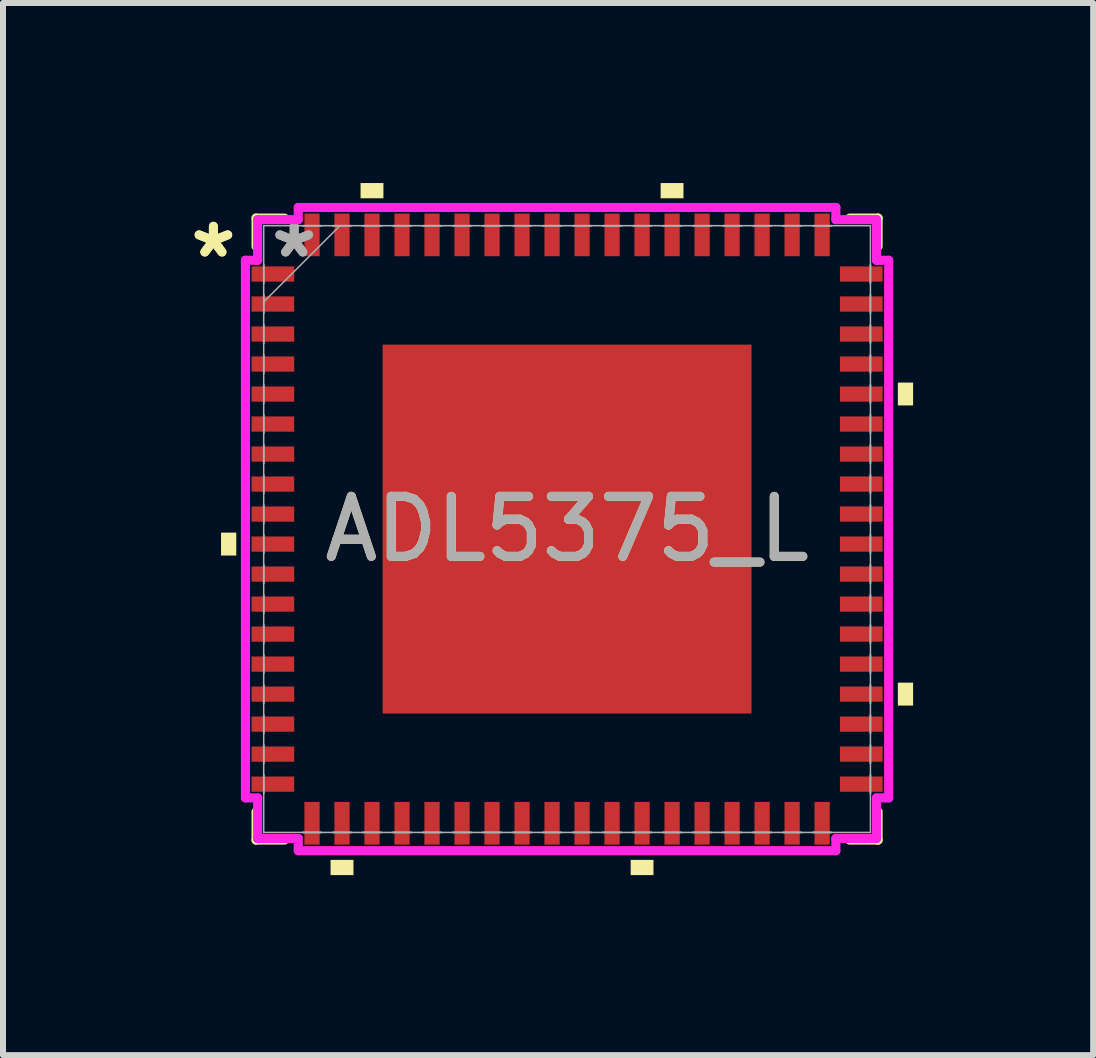
<source format=kicad_pcb>
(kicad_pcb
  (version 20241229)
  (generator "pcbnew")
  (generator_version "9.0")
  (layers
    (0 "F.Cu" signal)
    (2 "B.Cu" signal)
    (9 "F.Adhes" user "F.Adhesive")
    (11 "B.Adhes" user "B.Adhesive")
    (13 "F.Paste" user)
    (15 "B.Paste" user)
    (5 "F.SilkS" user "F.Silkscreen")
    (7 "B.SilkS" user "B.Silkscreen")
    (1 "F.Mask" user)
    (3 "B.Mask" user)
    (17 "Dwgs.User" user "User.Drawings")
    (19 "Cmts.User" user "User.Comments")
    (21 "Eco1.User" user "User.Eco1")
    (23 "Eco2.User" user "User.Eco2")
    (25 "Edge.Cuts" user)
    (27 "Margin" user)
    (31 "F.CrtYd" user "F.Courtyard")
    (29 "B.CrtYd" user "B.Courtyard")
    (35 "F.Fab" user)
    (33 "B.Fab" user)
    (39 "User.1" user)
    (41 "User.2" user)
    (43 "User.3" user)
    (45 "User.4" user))
  (footprint "ADL5375_L"
    (layer "F.Cu")
    (at 6.399 5.766)
    (property "Reference" "ADL5375_L" (at 0 0 0) (unlocked yes) (layer "F.SilkS") (effects (font (size 1 1) (thickness 0.15))))
    (attr smd)
    (fp_line (start -5.182 -5.182) (end -5.182 -4.71) (stroke (width 0.152) (type solid)) (layer "F.SilkS"))
    (fp_line (start -5.182 4.71) (end -5.182 5.182) (stroke (width 0.152) (type solid)) (layer "F.SilkS"))
    (fp_line (start -5.182 5.182) (end -4.71 5.182) (stroke (width 0.152) (type solid)) (layer "F.SilkS"))
    (fp_line (start -4.71 -5.182) (end -5.182 -5.182) (stroke (width 0.152) (type solid)) (layer "F.SilkS"))
    (fp_line (start 4.71 5.182) (end 5.182 5.182) (stroke (width 0.152) (type solid)) (layer "F.SilkS"))
    (fp_line (start 5.182 -5.182) (end 4.71 -5.182) (stroke (width 0.152) (type solid)) (layer "F.SilkS"))
    (fp_line (start 5.182 -4.71) (end 5.182 -5.182) (stroke (width 0.152) (type solid)) (layer "F.SilkS"))
    (fp_line (start 5.182 5.182) (end 5.182 4.71) (stroke (width 0.152) (type solid)) (layer "F.SilkS"))
    (fp_poly (pts (xy -5.766 0.059) (xy -5.766 0.441) (xy -5.512 0.441) (xy -5.512 0.059)) (stroke (width 0) (type solid)) (fill yes) (layer "F.SilkS"))
    (fp_poly (pts (xy -3.941 5.512) (xy -3.941 5.766) (xy -3.559 5.766) (xy -3.559 5.512)) (stroke (width 0) (type solid)) (fill yes) (layer "F.SilkS"))
    (fp_poly (pts (xy -3.441 -5.512) (xy -3.441 -5.766) (xy -3.06 -5.766) (xy -3.06 -5.512)) (stroke (width 0) (type solid)) (fill yes) (layer "F.SilkS"))
    (fp_poly (pts (xy 1.06 5.512) (xy 1.06 5.766) (xy 1.44 5.766) (xy 1.44 5.512)) (stroke (width 0) (type solid)) (fill yes) (layer "F.SilkS"))
    (fp_poly (pts (xy 1.559 -5.512) (xy 1.559 -5.766) (xy 1.94 -5.766) (xy 1.94 -5.512)) (stroke (width 0) (type solid)) (fill yes) (layer "F.SilkS"))
    (fp_poly (pts (xy 5.766 -2.441) (xy 5.766 -2.06) (xy 5.512 -2.06) (xy 5.512 -2.441)) (stroke (width 0) (type solid)) (fill yes) (layer "F.SilkS"))
    (fp_poly (pts (xy 5.766 2.559) (xy 5.766 2.941) (xy 5.512 2.941) (xy 5.512 2.559)) (stroke (width 0) (type solid)) (fill yes) (layer "F.SilkS"))
    (fp_poly (pts (xy -2.973 -2.973) (xy -2.973 -1.637) (xy -1.637 -1.637) (xy -1.637 -2.973)) (stroke (width 0) (type solid)) (fill yes) (layer "F.Paste"))
    (fp_poly (pts (xy -2.973 -1.437) (xy -2.973 -0.1) (xy -1.637 -0.1) (xy -1.637 -1.437)) (stroke (width 0) (type solid)) (fill yes) (layer "F.Paste"))
    (fp_poly (pts (xy -2.973 0.1) (xy -2.973 1.437) (xy -1.637 1.437) (xy -1.637 0.1)) (stroke (width 0) (type solid)) (fill yes) (layer "F.Paste"))
    (fp_poly (pts (xy -2.973 1.637) (xy -2.973 2.973) (xy -1.637 2.973) (xy -1.637 1.637)) (stroke (width 0) (type solid)) (fill yes) (layer "F.Paste"))
    (fp_poly (pts (xy -1.437 -2.973) (xy -1.437 -1.637) (xy -0.1 -1.637) (xy -0.1 -2.973)) (stroke (width 0) (type solid)) (fill yes) (layer "F.Paste"))
    (fp_poly (pts (xy -1.437 -1.437) (xy -1.437 -0.1) (xy -0.1 -0.1) (xy -0.1 -1.437)) (stroke (width 0) (type solid)) (fill yes) (layer "F.Paste"))
    (fp_poly (pts (xy -1.437 0.1) (xy -1.437 1.437) (xy -0.1 1.437) (xy -0.1 0.1)) (stroke (width 0) (type solid)) (fill yes) (layer "F.Paste"))
    (fp_poly (pts (xy -1.437 1.637) (xy -1.437 2.973) (xy -0.1 2.973) (xy -0.1 1.637)) (stroke (width 0) (type solid)) (fill yes) (layer "F.Paste"))
    (fp_poly (pts (xy 0.1 -2.973) (xy 0.1 -1.637) (xy 1.437 -1.637) (xy 1.437 -2.973)) (stroke (width 0) (type solid)) (fill yes) (layer "F.Paste"))
    (fp_poly (pts (xy 0.1 -1.437) (xy 0.1 -0.1) (xy 1.437 -0.1) (xy 1.437 -1.437)) (stroke (width 0) (type solid)) (fill yes) (layer "F.Paste"))
    (fp_poly (pts (xy 0.1 0.1) (xy 0.1 1.437) (xy 1.437 1.437) (xy 1.437 0.1)) (stroke (width 0) (type solid)) (fill yes) (layer "F.Paste"))
    (fp_poly (pts (xy 0.1 1.637) (xy 0.1 2.973) (xy 1.437 2.973) (xy 1.437 1.637)) (stroke (width 0) (type solid)) (fill yes) (layer "F.Paste"))
    (fp_poly (pts (xy 1.637 -2.973) (xy 1.637 -1.637) (xy 2.973 -1.637) (xy 2.973 -2.973)) (stroke (width 0) (type solid)) (fill yes) (layer "F.Paste"))
    (fp_poly (pts (xy 1.637 -1.437) (xy 1.637 -0.1) (xy 2.973 -0.1) (xy 2.973 -1.437)) (stroke (width 0) (type solid)) (fill yes) (layer "F.Paste"))
    (fp_poly (pts (xy 1.637 0.1) (xy 1.637 1.437) (xy 2.973 1.437) (xy 2.973 0.1)) (stroke (width 0) (type solid)) (fill yes) (layer "F.Paste"))
    (fp_poly (pts (xy 1.637 1.637) (xy 1.637 2.973) (xy 2.973 2.973) (xy 2.973 1.637)) (stroke (width 0) (type solid)) (fill yes) (layer "F.Paste"))
    (fp_line (start -5.359 -4.479) (end -5.156 -4.479) (stroke (width 0.152) (type solid)) (layer "F.CrtYd"))
    (fp_line (start -5.359 4.479) (end -5.359 -4.479) (stroke (width 0.152) (type solid)) (layer "F.CrtYd"))
    (fp_line (start -5.156 -5.156) (end -4.479 -5.156) (stroke (width 0.152) (type solid)) (layer "F.CrtYd"))
    (fp_line (start -5.156 -4.479) (end -5.156 -5.156) (stroke (width 0.152) (type solid)) (layer "F.CrtYd"))
    (fp_line (start -5.156 4.479) (end -5.359 4.479) (stroke (width 0.152) (type solid)) (layer "F.CrtYd"))
    (fp_line (start -5.156 5.156) (end -5.156 4.479) (stroke (width 0.152) (type solid)) (layer "F.CrtYd"))
    (fp_line (start -4.479 -5.359) (end 4.479 -5.359) (stroke (width 0.152) (type solid)) (layer "F.CrtYd"))
    (fp_line (start -4.479 -5.156) (end -4.479 -5.359) (stroke (width 0.152) (type solid)) (layer "F.CrtYd"))
    (fp_line (start -4.479 5.156) (end -5.156 5.156) (stroke (width 0.152) (type solid)) (layer "F.CrtYd"))
    (fp_line (start -4.479 5.359) (end -4.479 5.156) (stroke (width 0.152) (type solid)) (layer "F.CrtYd"))
    (fp_line (start 4.479 -5.359) (end 4.479 -5.156) (stroke (width 0.152) (type solid)) (layer "F.CrtYd"))
    (fp_line (start 4.479 -5.156) (end 5.156 -5.156) (stroke (width 0.152) (type solid)) (layer "F.CrtYd"))
    (fp_line (start 4.479 5.156) (end 4.479 5.359) (stroke (width 0.152) (type solid)) (layer "F.CrtYd"))
    (fp_line (start 4.479 5.359) (end -4.479 5.359) (stroke (width 0.152) (type solid)) (layer "F.CrtYd"))
    (fp_line (start 5.156 -5.156) (end 5.156 -4.479) (stroke (width 0.152) (type solid)) (layer "F.CrtYd"))
    (fp_line (start 5.156 -4.479) (end 5.359 -4.479) (stroke (width 0.152) (type solid)) (layer "F.CrtYd"))
    (fp_line (start 5.156 4.479) (end 5.156 5.156) (stroke (width 0.152) (type solid)) (layer "F.CrtYd"))
    (fp_line (start 5.156 5.156) (end 4.479 5.156) (stroke (width 0.152) (type solid)) (layer "F.CrtYd"))
    (fp_line (start 5.359 -4.479) (end 5.359 4.479) (stroke (width 0.152) (type solid)) (layer "F.CrtYd"))
    (fp_line (start 5.359 4.479) (end 5.156 4.479) (stroke (width 0.152) (type solid)) (layer "F.CrtYd"))
    (fp_line (start -5.055 -5.055) (end -5.055 -5.055) (stroke (width 0.025) (type solid)) (layer "F.Fab"))
    (fp_line (start -5.055 -5.055) (end -5.055 5.055) (stroke (width 0.025) (type solid)) (layer "F.Fab"))
    (fp_line (start -5.055 -4.402) (end -5.055 -4.402) (stroke (width 0.025) (type solid)) (layer "F.Fab"))
    (fp_line (start -5.055 -4.402) (end -5.055 -4.098) (stroke (width 0.025) (type solid)) (layer "F.Fab"))
    (fp_line (start -5.055 -4.098) (end -5.055 -4.402) (stroke (width 0.025) (type solid)) (layer "F.Fab"))
    (fp_line (start -5.055 -4.098) (end -5.055 -4.098) (stroke (width 0.025) (type solid)) (layer "F.Fab"))
    (fp_line (start -5.055 -3.902) (end -5.055 -3.902) (stroke (width 0.025) (type solid)) (layer "F.Fab"))
    (fp_line (start -5.055 -3.902) (end -5.055 -3.598) (stroke (width 0.025) (type solid)) (layer "F.Fab"))
    (fp_line (start -5.055 -3.785) (end -3.785 -5.055) (stroke (width 0.025) (type solid)) (layer "F.Fab"))
    (fp_line (start -5.055 -3.598) (end -5.055 -3.902) (stroke (width 0.025) (type solid)) (layer "F.Fab"))
    (fp_line (start -5.055 -3.598) (end -5.055 -3.598) (stroke (width 0.025) (type solid)) (layer "F.Fab"))
    (fp_line (start -5.055 -3.402) (end -5.055 -3.402) (stroke (width 0.025) (type solid)) (layer "F.Fab"))
    (fp_line (start -5.055 -3.402) (end -5.055 -3.098) (stroke (width 0.025) (type solid)) (layer "F.Fab"))
    (fp_line (start -5.055 -3.098) (end -5.055 -3.402) (stroke (width 0.025) (type solid)) (layer "F.Fab"))
    (fp_line (start -5.055 -3.098) (end -5.055 -3.098) (stroke (width 0.025) (type solid)) (layer "F.Fab"))
    (fp_line (start -5.055 -2.902) (end -5.055 -2.902) (stroke (width 0.025) (type solid)) (layer "F.Fab"))
    (fp_line (start -5.055 -2.902) (end -5.055 -2.598) (stroke (width 0.025) (type solid)) (layer "F.Fab"))
    (fp_line (start -5.055 -2.598) (end -5.055 -2.902) (stroke (width 0.025) (type solid)) (layer "F.Fab"))
    (fp_line (start -5.055 -2.598) (end -5.055 -2.598) (stroke (width 0.025) (type solid)) (layer "F.Fab"))
    (fp_line (start -5.055 -2.402) (end -5.055 -2.402) (stroke (width 0.025) (type solid)) (layer "F.Fab"))
    (fp_line (start -5.055 -2.402) (end -5.055 -2.098) (stroke (width 0.025) (type solid)) (layer "F.Fab"))
    (fp_line (start -5.055 -2.098) (end -5.055 -2.402) (stroke (width 0.025) (type solid)) (layer "F.Fab"))
    (fp_line (start -5.055 -2.098) (end -5.055 -2.098) (stroke (width 0.025) (type solid)) (layer "F.Fab"))
    (fp_line (start -5.055 -1.902) (end -5.055 -1.902) (stroke (width 0.025) (type solid)) (layer "F.Fab"))
    (fp_line (start -5.055 -1.902) (end -5.055 -1.598) (stroke (width 0.025) (type solid)) (layer "F.Fab"))
    (fp_line (start -5.055 -1.598) (end -5.055 -1.902) (stroke (width 0.025) (type solid)) (layer "F.Fab"))
    (fp_line (start -5.055 -1.598) (end -5.055 -1.598) (stroke (width 0.025) (type solid)) (layer "F.Fab"))
    (fp_line (start -5.055 -1.402) (end -5.055 -1.402) (stroke (width 0.025) (type solid)) (layer "F.Fab"))
    (fp_line (start -5.055 -1.402) (end -5.055 -1.098) (stroke (width 0.025) (type solid)) (layer "F.Fab"))
    (fp_line (start -5.055 -1.098) (end -5.055 -1.402) (stroke (width 0.025) (type solid)) (layer "F.Fab"))
    (fp_line (start -5.055 -1.098) (end -5.055 -1.098) (stroke (width 0.025) (type solid)) (layer "F.Fab"))
    (fp_line (start -5.055 -0.902) (end -5.055 -0.902) (stroke (width 0.025) (type solid)) (layer "F.Fab"))
    (fp_line (start -5.055 -0.902) (end -5.055 -0.598) (stroke (width 0.025) (type solid)) (layer "F.Fab"))
    (fp_line (start -5.055 -0.598) (end -5.055 -0.902) (stroke (width 0.025) (type solid)) (layer "F.Fab"))
    (fp_line (start -5.055 -0.598) (end -5.055 -0.598) (stroke (width 0.025) (type solid)) (layer "F.Fab"))
    (fp_line (start -5.055 -0.402) (end -5.055 -0.402) (stroke (width 0.025) (type solid)) (layer "F.Fab"))
    (fp_line (start -5.055 -0.402) (end -5.055 -0.098) (stroke (width 0.025) (type solid)) (layer "F.Fab"))
    (fp_line (start -5.055 -0.098) (end -5.055 -0.402) (stroke (width 0.025) (type solid)) (layer "F.Fab"))
    (fp_line (start -5.055 -0.098) (end -5.055 -0.098) (stroke (width 0.025) (type solid)) (layer "F.Fab"))
    (fp_line (start -5.055 0.098) (end -5.055 0.098) (stroke (width 0.025) (type solid)) (layer "F.Fab"))
    (fp_line (start -5.055 0.098) (end -5.055 0.402) (stroke (width 0.025) (type solid)) (layer "F.Fab"))
    (fp_line (start -5.055 0.402) (end -5.055 0.098) (stroke (width 0.025) (type solid)) (layer "F.Fab"))
    (fp_line (start -5.055 0.402) (end -5.055 0.402) (stroke (width 0.025) (type solid)) (layer "F.Fab"))
    (fp_line (start -5.055 0.598) (end -5.055 0.598) (stroke (width 0.025) (type solid)) (layer "F.Fab"))
    (fp_line (start -5.055 0.598) (end -5.055 0.902) (stroke (width 0.025) (type solid)) (layer "F.Fab"))
    (fp_line (start -5.055 0.902) (end -5.055 0.598) (stroke (width 0.025) (type solid)) (layer "F.Fab"))
    (fp_line (start -5.055 0.902) (end -5.055 0.902) (stroke (width 0.025) (type solid)) (layer "F.Fab"))
    (fp_line (start -5.055 1.098) (end -5.055 1.098) (stroke (width 0.025) (type solid)) (layer "F.Fab"))
    (fp_line (start -5.055 1.098) (end -5.055 1.402) (stroke (width 0.025) (type solid)) (layer "F.Fab"))
    (fp_line (start -5.055 1.402) (end -5.055 1.098) (stroke (width 0.025) (type solid)) (layer "F.Fab"))
    (fp_line (start -5.055 1.402) (end -5.055 1.402) (stroke (width 0.025) (type solid)) (layer "F.Fab"))
    (fp_line (start -5.055 1.598) (end -5.055 1.598) (stroke (width 0.025) (type solid)) (layer "F.Fab"))
    (fp_line (start -5.055 1.598) (end -5.055 1.902) (stroke (width 0.025) (type solid)) (layer "F.Fab"))
    (fp_line (start -5.055 1.902) (end -5.055 1.598) (stroke (width 0.025) (type solid)) (layer "F.Fab"))
    (fp_line (start -5.055 1.902) (end -5.055 1.902) (stroke (width 0.025) (type solid)) (layer "F.Fab"))
    (fp_line (start -5.055 2.098) (end -5.055 2.098) (stroke (width 0.025) (type solid)) (layer "F.Fab"))
    (fp_line (start -5.055 2.098) (end -5.055 2.402) (stroke (width 0.025) (type solid)) (layer "F.Fab"))
    (fp_line (start -5.055 2.402) (end -5.055 2.098) (stroke (width 0.025) (type solid)) (layer "F.Fab"))
    (fp_line (start -5.055 2.402) (end -5.055 2.402) (stroke (width 0.025) (type solid)) (layer "F.Fab"))
    (fp_line (start -5.055 2.598) (end -5.055 2.598) (stroke (width 0.025) (type solid)) (layer "F.Fab"))
    (fp_line (start -5.055 2.598) (end -5.055 2.902) (stroke (width 0.025) (type solid)) (layer "F.Fab"))
    (fp_line (start -5.055 2.902) (end -5.055 2.598) (stroke (width 0.025) (type solid)) (layer "F.Fab"))
    (fp_line (start -5.055 2.902) (end -5.055 2.902) (stroke (width 0.025) (type solid)) (layer "F.Fab"))
    (fp_line (start -5.055 3.098) (end -5.055 3.098) (stroke (width 0.025) (type solid)) (layer "F.Fab"))
    (fp_line (start -5.055 3.098) (end -5.055 3.402) (stroke (width 0.025) (type solid)) (layer "F.Fab"))
    (fp_line (start -5.055 3.402) (end -5.055 3.098) (stroke (width 0.025) (type solid)) (layer "F.Fab"))
    (fp_line (start -5.055 3.402) (end -5.055 3.402) (stroke (width 0.025) (type solid)) (layer "F.Fab"))
    (fp_line (start -5.055 3.598) (end -5.055 3.598) (stroke (width 0.025) (type solid)) (layer "F.Fab"))
    (fp_line (start -5.055 3.598) (end -5.055 3.902) (stroke (width 0.025) (type solid)) (layer "F.Fab"))
    (fp_line (start -5.055 3.902) (end -5.055 3.598) (stroke (width 0.025) (type solid)) (layer "F.Fab"))
    (fp_line (start -5.055 3.902) (end -5.055 3.902) (stroke (width 0.025) (type solid)) (layer "F.Fab"))
    (fp_line (start -5.055 4.098) (end -5.055 4.098) (stroke (width 0.025) (type solid)) (layer "F.Fab"))
    (fp_line (start -5.055 4.098) (end -5.055 4.402) (stroke (width 0.025) (type solid)) (layer "F.Fab"))
    (fp_line (start -5.055 4.402) (end -5.055 4.098) (stroke (width 0.025) (type solid)) (layer "F.Fab"))
    (fp_line (start -5.055 4.402) (end -5.055 4.402) (stroke (width 0.025) (type solid)) (layer "F.Fab"))
    (fp_line (start -5.055 5.055) (end -5.055 5.055) (stroke (width 0.025) (type solid)) (layer "F.Fab"))
    (fp_line (start -5.055 5.055) (end 5.055 5.055) (stroke (width 0.025) (type solid)) (layer "F.Fab"))
    (fp_line (start -4.402 -5.055) (end -4.402 -5.055) (stroke (width 0.025) (type solid)) (layer "F.Fab"))
    (fp_line (start -4.402 -5.055) (end -4.098 -5.055) (stroke (width 0.025) (type solid)) (layer "F.Fab"))
    (fp_line (start -4.402 5.055) (end -4.402 5.055) (stroke (width 0.025) (type solid)) (layer "F.Fab"))
    (fp_line (start -4.402 5.055) (end -4.098 5.055) (stroke (width 0.025) (type solid)) (layer "F.Fab"))
    (fp_line (start -4.098 -5.055) (end -4.402 -5.055) (stroke (width 0.025) (type solid)) (layer "F.Fab"))
    (fp_line (start -4.098 -5.055) (end -4.098 -5.055) (stroke (width 0.025) (type solid)) (layer "F.Fab"))
    (fp_line (start -4.098 5.055) (end -4.402 5.055) (stroke (width 0.025) (type solid)) (layer "F.Fab"))
    (fp_line (start -4.098 5.055) (end -4.098 5.055) (stroke (width 0.025) (type solid)) (layer "F.Fab"))
    (fp_line (start -3.902 -5.055) (end -3.902 -5.055) (stroke (width 0.025) (type solid)) (layer "F.Fab"))
    (fp_line (start -3.902 -5.055) (end -3.598 -5.055) (stroke (width 0.025) (type solid)) (layer "F.Fab"))
    (fp_line (start -3.902 5.055) (end -3.902 5.055) (stroke (width 0.025) (type solid)) (layer "F.Fab"))
    (fp_line (start -3.902 5.055) (end -3.598 5.055) (stroke (width 0.025) (type solid)) (layer "F.Fab"))
    (fp_line (start -3.598 -5.055) (end -3.902 -5.055) (stroke (width 0.025) (type solid)) (layer "F.Fab"))
    (fp_line (start -3.598 -5.055) (end -3.598 -5.055) (stroke (width 0.025) (type solid)) (layer "F.Fab"))
    (fp_line (start -3.598 5.055) (end -3.902 5.055) (stroke (width 0.025) (type solid)) (layer "F.Fab"))
    (fp_line (start -3.598 5.055) (end -3.598 5.055) (stroke (width 0.025) (type solid)) (layer "F.Fab"))
    (fp_line (start -3.402 -5.055) (end -3.402 -5.055) (stroke (width 0.025) (type solid)) (layer "F.Fab"))
    (fp_line (start -3.402 -5.055) (end -3.098 -5.055) (stroke (width 0.025) (type solid)) (layer "F.Fab"))
    (fp_line (start -3.402 5.055) (end -3.402 5.055) (stroke (width 0.025) (type solid)) (layer "F.Fab"))
    (fp_line (start -3.402 5.055) (end -3.098 5.055) (stroke (width 0.025) (type solid)) (layer "F.Fab"))
    (fp_line (start -3.098 -5.055) (end -3.402 -5.055) (stroke (width 0.025) (type solid)) (layer "F.Fab"))
    (fp_line (start -3.098 -5.055) (end -3.098 -5.055) (stroke (width 0.025) (type solid)) (layer "F.Fab"))
    (fp_line (start -3.098 5.055) (end -3.402 5.055) (stroke (width 0.025) (type solid)) (layer "F.Fab"))
    (fp_line (start -3.098 5.055) (end -3.098 5.055) (stroke (width 0.025) (type solid)) (layer "F.Fab"))
    (fp_line (start -2.902 -5.055) (end -2.902 -5.055) (stroke (width 0.025) (type solid)) (layer "F.Fab"))
    (fp_line (start -2.902 -5.055) (end -2.598 -5.055) (stroke (width 0.025) (type solid)) (layer "F.Fab"))
    (fp_line (start -2.902 5.055) (end -2.902 5.055) (stroke (width 0.025) (type solid)) (layer "F.Fab"))
    (fp_line (start -2.902 5.055) (end -2.598 5.055) (stroke (width 0.025) (type solid)) (layer "F.Fab"))
    (fp_line (start -2.598 -5.055) (end -2.902 -5.055) (stroke (width 0.025) (type solid)) (layer "F.Fab"))
    (fp_line (start -2.598 -5.055) (end -2.598 -5.055) (stroke (width 0.025) (type solid)) (layer "F.Fab"))
    (fp_line (start -2.598 5.055) (end -2.902 5.055) (stroke (width 0.025) (type solid)) (layer "F.Fab"))
    (fp_line (start -2.598 5.055) (end -2.598 5.055) (stroke (width 0.025) (type solid)) (layer "F.Fab"))
    (fp_line (start -2.402 -5.055) (end -2.402 -5.055) (stroke (width 0.025) (type solid)) (layer "F.Fab"))
    (fp_line (start -2.402 -5.055) (end -2.098 -5.055) (stroke (width 0.025) (type solid)) (layer "F.Fab"))
    (fp_line (start -2.402 5.055) (end -2.402 5.055) (stroke (width 0.025) (type solid)) (layer "F.Fab"))
    (fp_line (start -2.402 5.055) (end -2.098 5.055) (stroke (width 0.025) (type solid)) (layer "F.Fab"))
    (fp_line (start -2.098 -5.055) (end -2.402 -5.055) (stroke (width 0.025) (type solid)) (layer "F.Fab"))
    (fp_line (start -2.098 -5.055) (end -2.098 -5.055) (stroke (width 0.025) (type solid)) (layer "F.Fab"))
    (fp_line (start -2.098 5.055) (end -2.402 5.055) (stroke (width 0.025) (type solid)) (layer "F.Fab"))
    (fp_line (start -2.098 5.055) (end -2.098 5.055) (stroke (width 0.025) (type solid)) (layer "F.Fab"))
    (fp_line (start -1.902 -5.055) (end -1.902 -5.055) (stroke (width 0.025) (type solid)) (layer "F.Fab"))
    (fp_line (start -1.902 -5.055) (end -1.598 -5.055) (stroke (width 0.025) (type solid)) (layer "F.Fab"))
    (fp_line (start -1.902 5.055) (end -1.902 5.055) (stroke (width 0.025) (type solid)) (layer "F.Fab"))
    (fp_line (start -1.902 5.055) (end -1.598 5.055) (stroke (width 0.025) (type solid)) (layer "F.Fab"))
    (fp_line (start -1.598 -5.055) (end -1.902 -5.055) (stroke (width 0.025) (type solid)) (layer "F.Fab"))
    (fp_line (start -1.598 -5.055) (end -1.598 -5.055) (stroke (width 0.025) (type solid)) (layer "F.Fab"))
    (fp_line (start -1.598 5.055) (end -1.902 5.055) (stroke (width 0.025) (type solid)) (layer "F.Fab"))
    (fp_line (start -1.598 5.055) (end -1.598 5.055) (stroke (width 0.025) (type solid)) (layer "F.Fab"))
    (fp_line (start -1.402 -5.055) (end -1.402 -5.055) (stroke (width 0.025) (type solid)) (layer "F.Fab"))
    (fp_line (start -1.402 -5.055) (end -1.098 -5.055) (stroke (width 0.025) (type solid)) (layer "F.Fab"))
    (fp_line (start -1.402 5.055) (end -1.402 5.055) (stroke (width 0.025) (type solid)) (layer "F.Fab"))
    (fp_line (start -1.402 5.055) (end -1.098 5.055) (stroke (width 0.025) (type solid)) (layer "F.Fab"))
    (fp_line (start -1.098 -5.055) (end -1.402 -5.055) (stroke (width 0.025) (type solid)) (layer "F.Fab"))
    (fp_line (start -1.098 -5.055) (end -1.098 -5.055) (stroke (width 0.025) (type solid)) (layer "F.Fab"))
    (fp_line (start -1.098 5.055) (end -1.402 5.055) (stroke (width 0.025) (type solid)) (layer "F.Fab"))
    (fp_line (start -1.098 5.055) (end -1.098 5.055) (stroke (width 0.025) (type solid)) (layer "F.Fab"))
    (fp_line (start -0.902 -5.055) (end -0.902 -5.055) (stroke (width 0.025) (type solid)) (layer "F.Fab"))
    (fp_line (start -0.902 -5.055) (end -0.598 -5.055) (stroke (width 0.025) (type solid)) (layer "F.Fab"))
    (fp_line (start -0.902 5.055) (end -0.902 5.055) (stroke (width 0.025) (type solid)) (layer "F.Fab"))
    (fp_line (start -0.902 5.055) (end -0.598 5.055) (stroke (width 0.025) (type solid)) (layer "F.Fab"))
    (fp_line (start -0.598 -5.055) (end -0.902 -5.055) (stroke (width 0.025) (type solid)) (layer "F.Fab"))
    (fp_line (start -0.598 -5.055) (end -0.598 -5.055) (stroke (width 0.025) (type solid)) (layer "F.Fab"))
    (fp_line (start -0.598 5.055) (end -0.902 5.055) (stroke (width 0.025) (type solid)) (layer "F.Fab"))
    (fp_line (start -0.598 5.055) (end -0.598 5.055) (stroke (width 0.025) (type solid)) (layer "F.Fab"))
    (fp_line (start -0.402 -5.055) (end -0.402 -5.055) (stroke (width 0.025) (type solid)) (layer "F.Fab"))
    (fp_line (start -0.402 -5.055) (end -0.098 -5.055) (stroke (width 0.025) (type solid)) (layer "F.Fab"))
    (fp_line (start -0.402 5.055) (end -0.402 5.055) (stroke (width 0.025) (type solid)) (layer "F.Fab"))
    (fp_line (start -0.402 5.055) (end -0.098 5.055) (stroke (width 0.025) (type solid)) (layer "F.Fab"))
    (fp_line (start -0.098 -5.055) (end -0.402 -5.055) (stroke (width 0.025) (type solid)) (layer "F.Fab"))
    (fp_line (start -0.098 -5.055) (end -0.098 -5.055) (stroke (width 0.025) (type solid)) (layer "F.Fab"))
    (fp_line (start -0.098 5.055) (end -0.402 5.055) (stroke (width 0.025) (type solid)) (layer "F.Fab"))
    (fp_line (start -0.098 5.055) (end -0.098 5.055) (stroke (width 0.025) (type solid)) (layer "F.Fab"))
    (fp_line (start 0.098 -5.055) (end 0.098 -5.055) (stroke (width 0.025) (type solid)) (layer "F.Fab"))
    (fp_line (start 0.098 -5.055) (end 0.402 -5.055) (stroke (width 0.025) (type solid)) (layer "F.Fab"))
    (fp_line (start 0.098 5.055) (end 0.098 5.055) (stroke (width 0.025) (type solid)) (layer "F.Fab"))
    (fp_line (start 0.098 5.055) (end 0.402 5.055) (stroke (width 0.025) (type solid)) (layer "F.Fab"))
    (fp_line (start 0.402 -5.055) (end 0.098 -5.055) (stroke (width 0.025) (type solid)) (layer "F.Fab"))
    (fp_line (start 0.402 -5.055) (end 0.402 -5.055) (stroke (width 0.025) (type solid)) (layer "F.Fab"))
    (fp_line (start 0.402 5.055) (end 0.098 5.055) (stroke (width 0.025) (type solid)) (layer "F.Fab"))
    (fp_line (start 0.402 5.055) (end 0.402 5.055) (stroke (width 0.025) (type solid)) (layer "F.Fab"))
    (fp_line (start 0.598 -5.055) (end 0.598 -5.055) (stroke (width 0.025) (type solid)) (layer "F.Fab"))
    (fp_line (start 0.598 -5.055) (end 0.902 -5.055) (stroke (width 0.025) (type solid)) (layer "F.Fab"))
    (fp_line (start 0.598 5.055) (end 0.598 5.055) (stroke (width 0.025) (type solid)) (layer "F.Fab"))
    (fp_line (start 0.598 5.055) (end 0.902 5.055) (stroke (width 0.025) (type solid)) (layer "F.Fab"))
    (fp_line (start 0.902 -5.055) (end 0.598 -5.055) (stroke (width 0.025) (type solid)) (layer "F.Fab"))
    (fp_line (start 0.902 -5.055) (end 0.902 -5.055) (stroke (width 0.025) (type solid)) (layer "F.Fab"))
    (fp_line (start 0.902 5.055) (end 0.598 5.055) (stroke (width 0.025) (type solid)) (layer "F.Fab"))
    (fp_line (start 0.902 5.055) (end 0.902 5.055) (stroke (width 0.025) (type solid)) (layer "F.Fab"))
    (fp_line (start 1.098 -5.055) (end 1.098 -5.055) (stroke (width 0.025) (type solid)) (layer "F.Fab"))
    (fp_line (start 1.098 -5.055) (end 1.402 -5.055) (stroke (width 0.025) (type solid)) (layer "F.Fab"))
    (fp_line (start 1.098 5.055) (end 1.098 5.055) (stroke (width 0.025) (type solid)) (layer "F.Fab"))
    (fp_line (start 1.098 5.055) (end 1.402 5.055) (stroke (width 0.025) (type solid)) (layer "F.Fab"))
    (fp_line (start 1.402 -5.055) (end 1.098 -5.055) (stroke (width 0.025) (type solid)) (layer "F.Fab"))
    (fp_line (start 1.402 -5.055) (end 1.402 -5.055) (stroke (width 0.025) (type solid)) (layer "F.Fab"))
    (fp_line (start 1.402 5.055) (end 1.098 5.055) (stroke (width 0.025) (type solid)) (layer "F.Fab"))
    (fp_line (start 1.402 5.055) (end 1.402 5.055) (stroke (width 0.025) (type solid)) (layer "F.Fab"))
    (fp_line (start 1.598 -5.055) (end 1.598 -5.055) (stroke (width 0.025) (type solid)) (layer "F.Fab"))
    (fp_line (start 1.598 -5.055) (end 1.902 -5.055) (stroke (width 0.025) (type solid)) (layer "F.Fab"))
    (fp_line (start 1.598 5.055) (end 1.598 5.055) (stroke (width 0.025) (type solid)) (layer "F.Fab"))
    (fp_line (start 1.598 5.055) (end 1.902 5.055) (stroke (width 0.025) (type solid)) (layer "F.Fab"))
    (fp_line (start 1.902 -5.055) (end 1.598 -5.055) (stroke (width 0.025) (type solid)) (layer "F.Fab"))
    (fp_line (start 1.902 -5.055) (end 1.902 -5.055) (stroke (width 0.025) (type solid)) (layer "F.Fab"))
    (fp_line (start 1.902 5.055) (end 1.598 5.055) (stroke (width 0.025) (type solid)) (layer "F.Fab"))
    (fp_line (start 1.902 5.055) (end 1.902 5.055) (stroke (width 0.025) (type solid)) (layer "F.Fab"))
    (fp_line (start 2.098 -5.055) (end 2.098 -5.055) (stroke (width 0.025) (type solid)) (layer "F.Fab"))
    (fp_line (start 2.098 -5.055) (end 2.402 -5.055) (stroke (width 0.025) (type solid)) (layer "F.Fab"))
    (fp_line (start 2.098 5.055) (end 2.098 5.055) (stroke (width 0.025) (type solid)) (layer "F.Fab"))
    (fp_line (start 2.098 5.055) (end 2.402 5.055) (stroke (width 0.025) (type solid)) (layer "F.Fab"))
    (fp_line (start 2.402 -5.055) (end 2.098 -5.055) (stroke (width 0.025) (type solid)) (layer "F.Fab"))
    (fp_line (start 2.402 -5.055) (end 2.402 -5.055) (stroke (width 0.025) (type solid)) (layer "F.Fab"))
    (fp_line (start 2.402 5.055) (end 2.098 5.055) (stroke (width 0.025) (type solid)) (layer "F.Fab"))
    (fp_line (start 2.402 5.055) (end 2.402 5.055) (stroke (width 0.025) (type solid)) (layer "F.Fab"))
    (fp_line (start 2.598 -5.055) (end 2.598 -5.055) (stroke (width 0.025) (type solid)) (layer "F.Fab"))
    (fp_line (start 2.598 -5.055) (end 2.902 -5.055) (stroke (width 0.025) (type solid)) (layer "F.Fab"))
    (fp_line (start 2.598 5.055) (end 2.598 5.055) (stroke (width 0.025) (type solid)) (layer "F.Fab"))
    (fp_line (start 2.598 5.055) (end 2.902 5.055) (stroke (width 0.025) (type solid)) (layer "F.Fab"))
    (fp_line (start 2.902 -5.055) (end 2.598 -5.055) (stroke (width 0.025) (type solid)) (layer "F.Fab"))
    (fp_line (start 2.902 -5.055) (end 2.902 -5.055) (stroke (width 0.025) (type solid)) (layer "F.Fab"))
    (fp_line (start 2.902 5.055) (end 2.598 5.055) (stroke (width 0.025) (type solid)) (layer "F.Fab"))
    (fp_line (start 2.902 5.055) (end 2.902 5.055) (stroke (width 0.025) (type solid)) (layer "F.Fab"))
    (fp_line (start 3.098 -5.055) (end 3.098 -5.055) (stroke (width 0.025) (type solid)) (layer "F.Fab"))
    (fp_line (start 3.098 -5.055) (end 3.402 -5.055) (stroke (width 0.025) (type solid)) (layer "F.Fab"))
    (fp_line (start 3.098 5.055) (end 3.098 5.055) (stroke (width 0.025) (type solid)) (layer "F.Fab"))
    (fp_line (start 3.098 5.055) (end 3.402 5.055) (stroke (width 0.025) (type solid)) (layer "F.Fab"))
    (fp_line (start 3.402 -5.055) (end 3.098 -5.055) (stroke (width 0.025) (type solid)) (layer "F.Fab"))
    (fp_line (start 3.402 -5.055) (end 3.402 -5.055) (stroke (width 0.025) (type solid)) (layer "F.Fab"))
    (fp_line (start 3.402 5.055) (end 3.098 5.055) (stroke (width 0.025) (type solid)) (layer "F.Fab"))
    (fp_line (start 3.402 5.055) (end 3.402 5.055) (stroke (width 0.025) (type solid)) (layer "F.Fab"))
    (fp_line (start 3.598 -5.055) (end 3.598 -5.055) (stroke (width 0.025) (type solid)) (layer "F.Fab"))
    (fp_line (start 3.598 -5.055) (end 3.902 -5.055) (stroke (width 0.025) (type solid)) (layer "F.Fab"))
    (fp_line (start 3.598 5.055) (end 3.598 5.055) (stroke (width 0.025) (type solid)) (layer "F.Fab"))
    (fp_line (start 3.598 5.055) (end 3.902 5.055) (stroke (width 0.025) (type solid)) (layer "F.Fab"))
    (fp_line (start 3.902 -5.055) (end 3.598 -5.055) (stroke (width 0.025) (type solid)) (layer "F.Fab"))
    (fp_line (start 3.902 -5.055) (end 3.902 -5.055) (stroke (width 0.025) (type solid)) (layer "F.Fab"))
    (fp_line (start 3.902 5.055) (end 3.598 5.055) (stroke (width 0.025) (type solid)) (layer "F.Fab"))
    (fp_line (start 3.902 5.055) (end 3.902 5.055) (stroke (width 0.025) (type solid)) (layer "F.Fab"))
    (fp_line (start 4.098 -5.055) (end 4.098 -5.055) (stroke (width 0.025) (type solid)) (layer "F.Fab"))
    (fp_line (start 4.098 -5.055) (end 4.402 -5.055) (stroke (width 0.025) (type solid)) (layer "F.Fab"))
    (fp_line (start 4.098 5.055) (end 4.098 5.055) (stroke (width 0.025) (type solid)) (layer "F.Fab"))
    (fp_line (start 4.098 5.055) (end 4.402 5.055) (stroke (width 0.025) (type solid)) (layer "F.Fab"))
    (fp_line (start 4.402 -5.055) (end 4.098 -5.055) (stroke (width 0.025) (type solid)) (layer "F.Fab"))
    (fp_line (start 4.402 -5.055) (end 4.402 -5.055) (stroke (width 0.025) (type solid)) (layer "F.Fab"))
    (fp_line (start 4.402 5.055) (end 4.098 5.055) (stroke (width 0.025) (type solid)) (layer "F.Fab"))
    (fp_line (start 4.402 5.055) (end 4.402 5.055) (stroke (width 0.025) (type solid)) (layer "F.Fab"))
    (fp_line (start 5.055 -5.055) (end -5.055 -5.055) (stroke (width 0.025) (type solid)) (layer "F.Fab"))
    (fp_line (start 5.055 -5.055) (end 5.055 -5.055) (stroke (width 0.025) (type solid)) (layer "F.Fab"))
    (fp_line (start 5.055 -4.402) (end 5.055 -4.402) (stroke (width 0.025) (type solid)) (layer "F.Fab"))
    (fp_line (start 5.055 -4.402) (end 5.055 -4.098) (stroke (width 0.025) (type solid)) (layer "F.Fab"))
    (fp_line (start 5.055 -4.098) (end 5.055 -4.402) (stroke (width 0.025) (type solid)) (layer "F.Fab"))
    (fp_line (start 5.055 -4.098) (end 5.055 -4.098) (stroke (width 0.025) (type solid)) (layer "F.Fab"))
    (fp_line (start 5.055 -3.902) (end 5.055 -3.902) (stroke (width 0.025) (type solid)) (layer "F.Fab"))
    (fp_line (start 5.055 -3.902) (end 5.055 -3.598) (stroke (width 0.025) (type solid)) (layer "F.Fab"))
    (fp_line (start 5.055 -3.598) (end 5.055 -3.902) (stroke (width 0.025) (type solid)) (layer "F.Fab"))
    (fp_line (start 5.055 -3.598) (end 5.055 -3.598) (stroke (width 0.025) (type solid)) (layer "F.Fab"))
    (fp_line (start 5.055 -3.402) (end 5.055 -3.402) (stroke (width 0.025) (type solid)) (layer "F.Fab"))
    (fp_line (start 5.055 -3.402) (end 5.055 -3.098) (stroke (width 0.025) (type solid)) (layer "F.Fab"))
    (fp_line (start 5.055 -3.098) (end 5.055 -3.402) (stroke (width 0.025) (type solid)) (layer "F.Fab"))
    (fp_line (start 5.055 -3.098) (end 5.055 -3.098) (stroke (width 0.025) (type solid)) (layer "F.Fab"))
    (fp_line (start 5.055 -2.902) (end 5.055 -2.902) (stroke (width 0.025) (type solid)) (layer "F.Fab"))
    (fp_line (start 5.055 -2.902) (end 5.055 -2.598) (stroke (width 0.025) (type solid)) (layer "F.Fab"))
    (fp_line (start 5.055 -2.598) (end 5.055 -2.902) (stroke (width 0.025) (type solid)) (layer "F.Fab"))
    (fp_line (start 5.055 -2.598) (end 5.055 -2.598) (stroke (width 0.025) (type solid)) (layer "F.Fab"))
    (fp_line (start 5.055 -2.402) (end 5.055 -2.402) (stroke (width 0.025) (type solid)) (layer "F.Fab"))
    (fp_line (start 5.055 -2.402) (end 5.055 -2.098) (stroke (width 0.025) (type solid)) (layer "F.Fab"))
    (fp_line (start 5.055 -2.098) (end 5.055 -2.402) (stroke (width 0.025) (type solid)) (layer "F.Fab"))
    (fp_line (start 5.055 -2.098) (end 5.055 -2.098) (stroke (width 0.025) (type solid)) (layer "F.Fab"))
    (fp_line (start 5.055 -1.902) (end 5.055 -1.902) (stroke (width 0.025) (type solid)) (layer "F.Fab"))
    (fp_line (start 5.055 -1.902) (end 5.055 -1.598) (stroke (width 0.025) (type solid)) (layer "F.Fab"))
    (fp_line (start 5.055 -1.598) (end 5.055 -1.902) (stroke (width 0.025) (type solid)) (layer "F.Fab"))
    (fp_line (start 5.055 -1.598) (end 5.055 -1.598) (stroke (width 0.025) (type solid)) (layer "F.Fab"))
    (fp_line (start 5.055 -1.402) (end 5.055 -1.402) (stroke (width 0.025) (type solid)) (layer "F.Fab"))
    (fp_line (start 5.055 -1.402) (end 5.055 -1.098) (stroke (width 0.025) (type solid)) (layer "F.Fab"))
    (fp_line (start 5.055 -1.098) (end 5.055 -1.402) (stroke (width 0.025) (type solid)) (layer "F.Fab"))
    (fp_line (start 5.055 -1.098) (end 5.055 -1.098) (stroke (width 0.025) (type solid)) (layer "F.Fab"))
    (fp_line (start 5.055 -0.902) (end 5.055 -0.902) (stroke (width 0.025) (type solid)) (layer "F.Fab"))
    (fp_line (start 5.055 -0.902) (end 5.055 -0.598) (stroke (width 0.025) (type solid)) (layer "F.Fab"))
    (fp_line (start 5.055 -0.598) (end 5.055 -0.902) (stroke (width 0.025) (type solid)) (layer "F.Fab"))
    (fp_line (start 5.055 -0.598) (end 5.055 -0.598) (stroke (width 0.025) (type solid)) (layer "F.Fab"))
    (fp_line (start 5.055 -0.402) (end 5.055 -0.402) (stroke (width 0.025) (type solid)) (layer "F.Fab"))
    (fp_line (start 5.055 -0.402) (end 5.055 -0.098) (stroke (width 0.025) (type solid)) (layer "F.Fab"))
    (fp_line (start 5.055 -0.098) (end 5.055 -0.402) (stroke (width 0.025) (type solid)) (layer "F.Fab"))
    (fp_line (start 5.055 -0.098) (end 5.055 -0.098) (stroke (width 0.025) (type solid)) (layer "F.Fab"))
    (fp_line (start 5.055 0.098) (end 5.055 0.098) (stroke (width 0.025) (type solid)) (layer "F.Fab"))
    (fp_line (start 5.055 0.098) (end 5.055 0.402) (stroke (width 0.025) (type solid)) (layer "F.Fab"))
    (fp_line (start 5.055 0.402) (end 5.055 0.098) (stroke (width 0.025) (type solid)) (layer "F.Fab"))
    (fp_line (start 5.055 0.402) (end 5.055 0.402) (stroke (width 0.025) (type solid)) (layer "F.Fab"))
    (fp_line (start 5.055 0.598) (end 5.055 0.598) (stroke (width 0.025) (type solid)) (layer "F.Fab"))
    (fp_line (start 5.055 0.598) (end 5.055 0.902) (stroke (width 0.025) (type solid)) (layer "F.Fab"))
    (fp_line (start 5.055 0.902) (end 5.055 0.598) (stroke (width 0.025) (type solid)) (layer "F.Fab"))
    (fp_line (start 5.055 0.902) (end 5.055 0.902) (stroke (width 0.025) (type solid)) (layer "F.Fab"))
    (fp_line (start 5.055 1.098) (end 5.055 1.098) (stroke (width 0.025) (type solid)) (layer "F.Fab"))
    (fp_line (start 5.055 1.098) (end 5.055 1.402) (stroke (width 0.025) (type solid)) (layer "F.Fab"))
    (fp_line (start 5.055 1.402) (end 5.055 1.098) (stroke (width 0.025) (type solid)) (layer "F.Fab"))
    (fp_line (start 5.055 1.402) (end 5.055 1.402) (stroke (width 0.025) (type solid)) (layer "F.Fab"))
    (fp_line (start 5.055 1.598) (end 5.055 1.598) (stroke (width 0.025) (type solid)) (layer "F.Fab"))
    (fp_line (start 5.055 1.598) (end 5.055 1.902) (stroke (width 0.025) (type solid)) (layer "F.Fab"))
    (fp_line (start 5.055 1.902) (end 5.055 1.598) (stroke (width 0.025) (type solid)) (layer "F.Fab"))
    (fp_line (start 5.055 1.902) (end 5.055 1.902) (stroke (width 0.025) (type solid)) (layer "F.Fab"))
    (fp_line (start 5.055 2.098) (end 5.055 2.098) (stroke (width 0.025) (type solid)) (layer "F.Fab"))
    (fp_line (start 5.055 2.098) (end 5.055 2.402) (stroke (width 0.025) (type solid)) (layer "F.Fab"))
    (fp_line (start 5.055 2.402) (end 5.055 2.098) (stroke (width 0.025) (type solid)) (layer "F.Fab"))
    (fp_line (start 5.055 2.402) (end 5.055 2.402) (stroke (width 0.025) (type solid)) (layer "F.Fab"))
    (fp_line (start 5.055 2.598) (end 5.055 2.598) (stroke (width 0.025) (type solid)) (layer "F.Fab"))
    (fp_line (start 5.055 2.598) (end 5.055 2.902) (stroke (width 0.025) (type solid)) (layer "F.Fab"))
    (fp_line (start 5.055 2.902) (end 5.055 2.598) (stroke (width 0.025) (type solid)) (layer "F.Fab"))
    (fp_line (start 5.055 2.902) (end 5.055 2.902) (stroke (width 0.025) (type solid)) (layer "F.Fab"))
    (fp_line (start 5.055 3.098) (end 5.055 3.098) (stroke (width 0.025) (type solid)) (layer "F.Fab"))
    (fp_line (start 5.055 3.098) (end 5.055 3.402) (stroke (width 0.025) (type solid)) (layer "F.Fab"))
    (fp_line (start 5.055 3.402) (end 5.055 3.098) (stroke (width 0.025) (type solid)) (layer "F.Fab"))
    (fp_line (start 5.055 3.402) (end 5.055 3.402) (stroke (width 0.025) (type solid)) (layer "F.Fab"))
    (fp_line (start 5.055 3.598) (end 5.055 3.598) (stroke (width 0.025) (type solid)) (layer "F.Fab"))
    (fp_line (start 5.055 3.598) (end 5.055 3.902) (stroke (width 0.025) (type solid)) (layer "F.Fab"))
    (fp_line (start 5.055 3.902) (end 5.055 3.598) (stroke (width 0.025) (type solid)) (layer "F.Fab"))
    (fp_line (start 5.055 3.902) (end 5.055 3.902) (stroke (width 0.025) (type solid)) (layer "F.Fab"))
    (fp_line (start 5.055 4.098) (end 5.055 4.098) (stroke (width 0.025) (type solid)) (layer "F.Fab"))
    (fp_line (start 5.055 4.098) (end 5.055 4.402) (stroke (width 0.025) (type solid)) (layer "F.Fab"))
    (fp_line (start 5.055 4.402) (end 5.055 4.098) (stroke (width 0.025) (type solid)) (layer "F.Fab"))
    (fp_line (start 5.055 4.402) (end 5.055 4.402) (stroke (width 0.025) (type solid)) (layer "F.Fab"))
    (fp_line (start 5.055 5.055) (end 5.055 -5.055) (stroke (width 0.025) (type solid)) (layer "F.Fab"))
    (fp_line (start 5.055 5.055) (end 5.055 5.055) (stroke (width 0.025) (type solid)) (layer "F.Fab"))
    (fp_text user "*" (at -5.893 -4.5 0) (unlocked yes) (layer "F.SilkS") (effects (font (size 1 1) (thickness 0.15))))
    (fp_text user "*" (at -5.893 -4.5 0) (layer "F.SilkS") (effects (font (size 1 1) (thickness 0.15))))
    (fp_text user "${REFERENCE}" (at 0 0 0) (unlocked yes) (layer "F.Fab") (effects (font (size 1 1) (thickness 0.15))))
    (fp_text user "*" (at -4.547 -4.5 0) (unlocked yes) (layer "F.Fab") (effects (font (size 1 1) (thickness 0.15))))
    (fp_text user "*" (at -4.547 -4.5 0) (layer "F.Fab") (effects (font (size 1 1) (thickness 0.15))))
    (pad "1" smd rect (at -4.902 -4.25 90) (size 0.254 0.711) (layers "F.Cu" "F.Mask" "F.Paste"))
    (pad "2" smd rect (at -4.902 -3.75 90) (size 0.254 0.711) (layers "F.Cu" "F.Mask" "F.Paste"))
    (pad "3" smd rect (at -4.902 -3.25 90) (size 0.254 0.711) (layers "F.Cu" "F.Mask" "F.Paste"))
    (pad "4" smd rect (at -4.902 -2.75 90) (size 0.254 0.711) (layers "F.Cu" "F.Mask" "F.Paste"))
    (pad "5" smd rect (at -4.902 -2.25 90) (size 0.254 0.711) (layers "F.Cu" "F.Mask" "F.Paste"))
    (pad "6" smd rect (at -4.902 -1.75 90) (size 0.254 0.711) (layers "F.Cu" "F.Mask" "F.Paste"))
    (pad "7" smd rect (at -4.902 -1.25 90) (size 0.254 0.711) (layers "F.Cu" "F.Mask" "F.Paste"))
    (pad "8" smd rect (at -4.902 -0.75 90) (size 0.254 0.711) (layers "F.Cu" "F.Mask" "F.Paste"))
    (pad "9" smd rect (at -4.902 -0.25 90) (size 0.254 0.711) (layers "F.Cu" "F.Mask" "F.Paste"))
    (pad "10" smd rect (at -4.902 0.25 90) (size 0.254 0.711) (layers "F.Cu" "F.Mask" "F.Paste"))
    (pad "11" smd rect (at -4.902 0.75 90) (size 0.254 0.711) (layers "F.Cu" "F.Mask" "F.Paste"))
    (pad "12" smd rect (at -4.902 1.25 90) (size 0.254 0.711) (layers "F.Cu" "F.Mask" "F.Paste"))
    (pad "13" smd rect (at -4.902 1.75 90) (size 0.254 0.711) (layers "F.Cu" "F.Mask" "F.Paste"))
    (pad "14" smd rect (at -4.902 2.25 90) (size 0.254 0.711) (layers "F.Cu" "F.Mask" "F.Paste"))
    (pad "15" smd rect (at -4.902 2.75 90) (size 0.254 0.711) (layers "F.Cu" "F.Mask" "F.Paste"))
    (pad "16" smd rect (at -4.902 3.25 90) (size 0.254 0.711) (layers "F.Cu" "F.Mask" "F.Paste"))
    (pad "17" smd rect (at -4.902 3.75 90) (size 0.254 0.711) (layers "F.Cu" "F.Mask" "F.Paste"))
    (pad "18" smd rect (at -4.902 4.25 90) (size 0.254 0.711) (layers "F.Cu" "F.Mask" "F.Paste"))
    (pad "19" smd rect (at -4.25 4.902) (size 0.254 0.711) (layers "F.Cu" "F.Mask" "F.Paste"))
    (pad "20" smd rect (at -3.75 4.902) (size 0.254 0.711) (layers "F.Cu" "F.Mask" "F.Paste"))
    (pad "21" smd rect (at -3.25 4.902) (size 0.254 0.711) (layers "F.Cu" "F.Mask" "F.Paste"))
    (pad "22" smd rect (at -2.75 4.902) (size 0.254 0.711) (layers "F.Cu" "F.Mask" "F.Paste"))
    (pad "23" smd rect (at -2.25 4.902) (size 0.254 0.711) (layers "F.Cu" "F.Mask" "F.Paste"))
    (pad "24" smd rect (at -1.75 4.902) (size 0.254 0.711) (layers "F.Cu" "F.Mask" "F.Paste"))
    (pad "25" smd rect (at -1.25 4.902) (size 0.254 0.711) (layers "F.Cu" "F.Mask" "F.Paste"))
    (pad "26" smd rect (at -0.75 4.902) (size 0.254 0.711) (layers "F.Cu" "F.Mask" "F.Paste"))
    (pad "27" smd rect (at -0.25 4.902) (size 0.254 0.711) (layers "F.Cu" "F.Mask" "F.Paste"))
    (pad "28" smd rect (at 0.25 4.902) (size 0.254 0.711) (layers "F.Cu" "F.Mask" "F.Paste"))
    (pad "29" smd rect (at 0.75 4.902) (size 0.254 0.711) (layers "F.Cu" "F.Mask" "F.Paste"))
    (pad "30" smd rect (at 1.25 4.902) (size 0.254 0.711) (layers "F.Cu" "F.Mask" "F.Paste"))
    (pad "31" smd rect (at 1.75 4.902) (size 0.254 0.711) (layers "F.Cu" "F.Mask" "F.Paste"))
    (pad "32" smd rect (at 2.25 4.902) (size 0.254 0.711) (layers "F.Cu" "F.Mask" "F.Paste"))
    (pad "33" smd rect (at 2.75 4.902) (size 0.254 0.711) (layers "F.Cu" "F.Mask" "F.Paste"))
    (pad "34" smd rect (at 3.25 4.902) (size 0.254 0.711) (layers "F.Cu" "F.Mask" "F.Paste"))
    (pad "35" smd rect (at 3.75 4.902) (size 0.254 0.711) (layers "F.Cu" "F.Mask" "F.Paste"))
    (pad "36" smd rect (at 4.25 4.902) (size 0.254 0.711) (layers "F.Cu" "F.Mask" "F.Paste"))
    (pad "37" smd rect (at 4.902 4.25 90) (size 0.254 0.711) (layers "F.Cu" "F.Mask" "F.Paste"))
    (pad "38" smd rect (at 4.902 3.75 90) (size 0.254 0.711) (layers "F.Cu" "F.Mask" "F.Paste"))
    (pad "39" smd rect (at 4.902 3.25 90) (size 0.254 0.711) (layers "F.Cu" "F.Mask" "F.Paste"))
    (pad "40" smd rect (at 4.902 2.75 90) (size 0.254 0.711) (layers "F.Cu" "F.Mask" "F.Paste"))
    (pad "41" smd rect (at 4.902 2.25 90) (size 0.254 0.711) (layers "F.Cu" "F.Mask" "F.Paste"))
    (pad "42" smd rect (at 4.902 1.75 90) (size 0.254 0.711) (layers "F.Cu" "F.Mask" "F.Paste"))
    (pad "43" smd rect (at 4.902 1.25 90) (size 0.254 0.711) (layers "F.Cu" "F.Mask" "F.Paste"))
    (pad "44" smd rect (at 4.902 0.75 90) (size 0.254 0.711) (layers "F.Cu" "F.Mask" "F.Paste"))
    (pad "45" smd rect (at 4.902 0.25 90) (size 0.254 0.711) (layers "F.Cu" "F.Mask" "F.Paste"))
    (pad "46" smd rect (at 4.902 -0.25 90) (size 0.254 0.711) (layers "F.Cu" "F.Mask" "F.Paste"))
    (pad "47" smd rect (at 4.902 -0.75 90) (size 0.254 0.711) (layers "F.Cu" "F.Mask" "F.Paste"))
    (pad "48" smd rect (at 4.902 -1.25 90) (size 0.254 0.711) (layers "F.Cu" "F.Mask" "F.Paste"))
    (pad "49" smd rect (at 4.902 -1.75 90) (size 0.254 0.711) (layers "F.Cu" "F.Mask" "F.Paste"))
    (pad "50" smd rect (at 4.902 -2.25 90) (size 0.254 0.711) (layers "F.Cu" "F.Mask" "F.Paste"))
    (pad "51" smd rect (at 4.902 -2.75 90) (size 0.254 0.711) (layers "F.Cu" "F.Mask" "F.Paste"))
    (pad "52" smd rect (at 4.902 -3.25 90) (size 0.254 0.711) (layers "F.Cu" "F.Mask" "F.Paste"))
    (pad "53" smd rect (at 4.902 -3.75 90) (size 0.254 0.711) (layers "F.Cu" "F.Mask" "F.Paste"))
    (pad "54" smd rect (at 4.902 -4.25 90) (size 0.254 0.711) (layers "F.Cu" "F.Mask" "F.Paste"))
    (pad "55" smd rect (at 4.25 -4.902) (size 0.254 0.711) (layers "F.Cu" "F.Mask" "F.Paste"))
    (pad "56" smd rect (at 3.75 -4.902) (size 0.254 0.711) (layers "F.Cu" "F.Mask" "F.Paste"))
    (pad "57" smd rect (at 3.25 -4.902) (size 0.254 0.711) (layers "F.Cu" "F.Mask" "F.Paste"))
    (pad "58" smd rect (at 2.75 -4.902) (size 0.254 0.711) (layers "F.Cu" "F.Mask" "F.Paste"))
    (pad "59" smd rect (at 2.25 -4.902) (size 0.254 0.711) (layers "F.Cu" "F.Mask" "F.Paste"))
    (pad "60" smd rect (at 1.75 -4.902) (size 0.254 0.711) (layers "F.Cu" "F.Mask" "F.Paste"))
    (pad "61" smd rect (at 1.25 -4.902) (size 0.254 0.711) (layers "F.Cu" "F.Mask" "F.Paste"))
    (pad "62" smd rect (at 0.75 -4.902) (size 0.254 0.711) (layers "F.Cu" "F.Mask" "F.Paste"))
    (pad "63" smd rect (at 0.25 -4.902) (size 0.254 0.711) (layers "F.Cu" "F.Mask" "F.Paste"))
    (pad "64" smd rect (at -0.25 -4.902) (size 0.254 0.711) (layers "F.Cu" "F.Mask" "F.Paste"))
    (pad "65" smd rect (at -0.75 -4.902) (size 0.254 0.711) (layers "F.Cu" "F.Mask" "F.Paste"))
    (pad "66" smd rect (at -1.25 -4.902) (size 0.254 0.711) (layers "F.Cu" "F.Mask" "F.Paste"))
    (pad "67" smd rect (at -1.75 -4.902) (size 0.254 0.711) (layers "F.Cu" "F.Mask" "F.Paste"))
    (pad "68" smd rect (at -2.25 -4.902) (size 0.254 0.711) (layers "F.Cu" "F.Mask" "F.Paste"))
    (pad "69" smd rect (at -2.75 -4.902) (size 0.254 0.711) (layers "F.Cu" "F.Mask" "F.Paste"))
    (pad "70" smd rect (at -3.25 -4.902) (size 0.254 0.711) (layers "F.Cu" "F.Mask" "F.Paste"))
    (pad "71" smd rect (at -3.75 -4.902) (size 0.254 0.711) (layers "F.Cu" "F.Mask" "F.Paste"))
    (pad "72" smd rect (at -4.25 -4.902) (size 0.254 0.711) (layers "F.Cu" "F.Mask" "F.Paste"))
    (pad "73" smd rect (at 0 0) (size 6.147 6.147) (layers "F.Cu" "F.Mask" "F.Paste")))
  (gr_rect
    (start -3 -3)
    (end 15.165 14.532)
    (stroke (width 0.1) (type default))
    (fill no)
    (layer "Edge.Cuts")))
</source>
